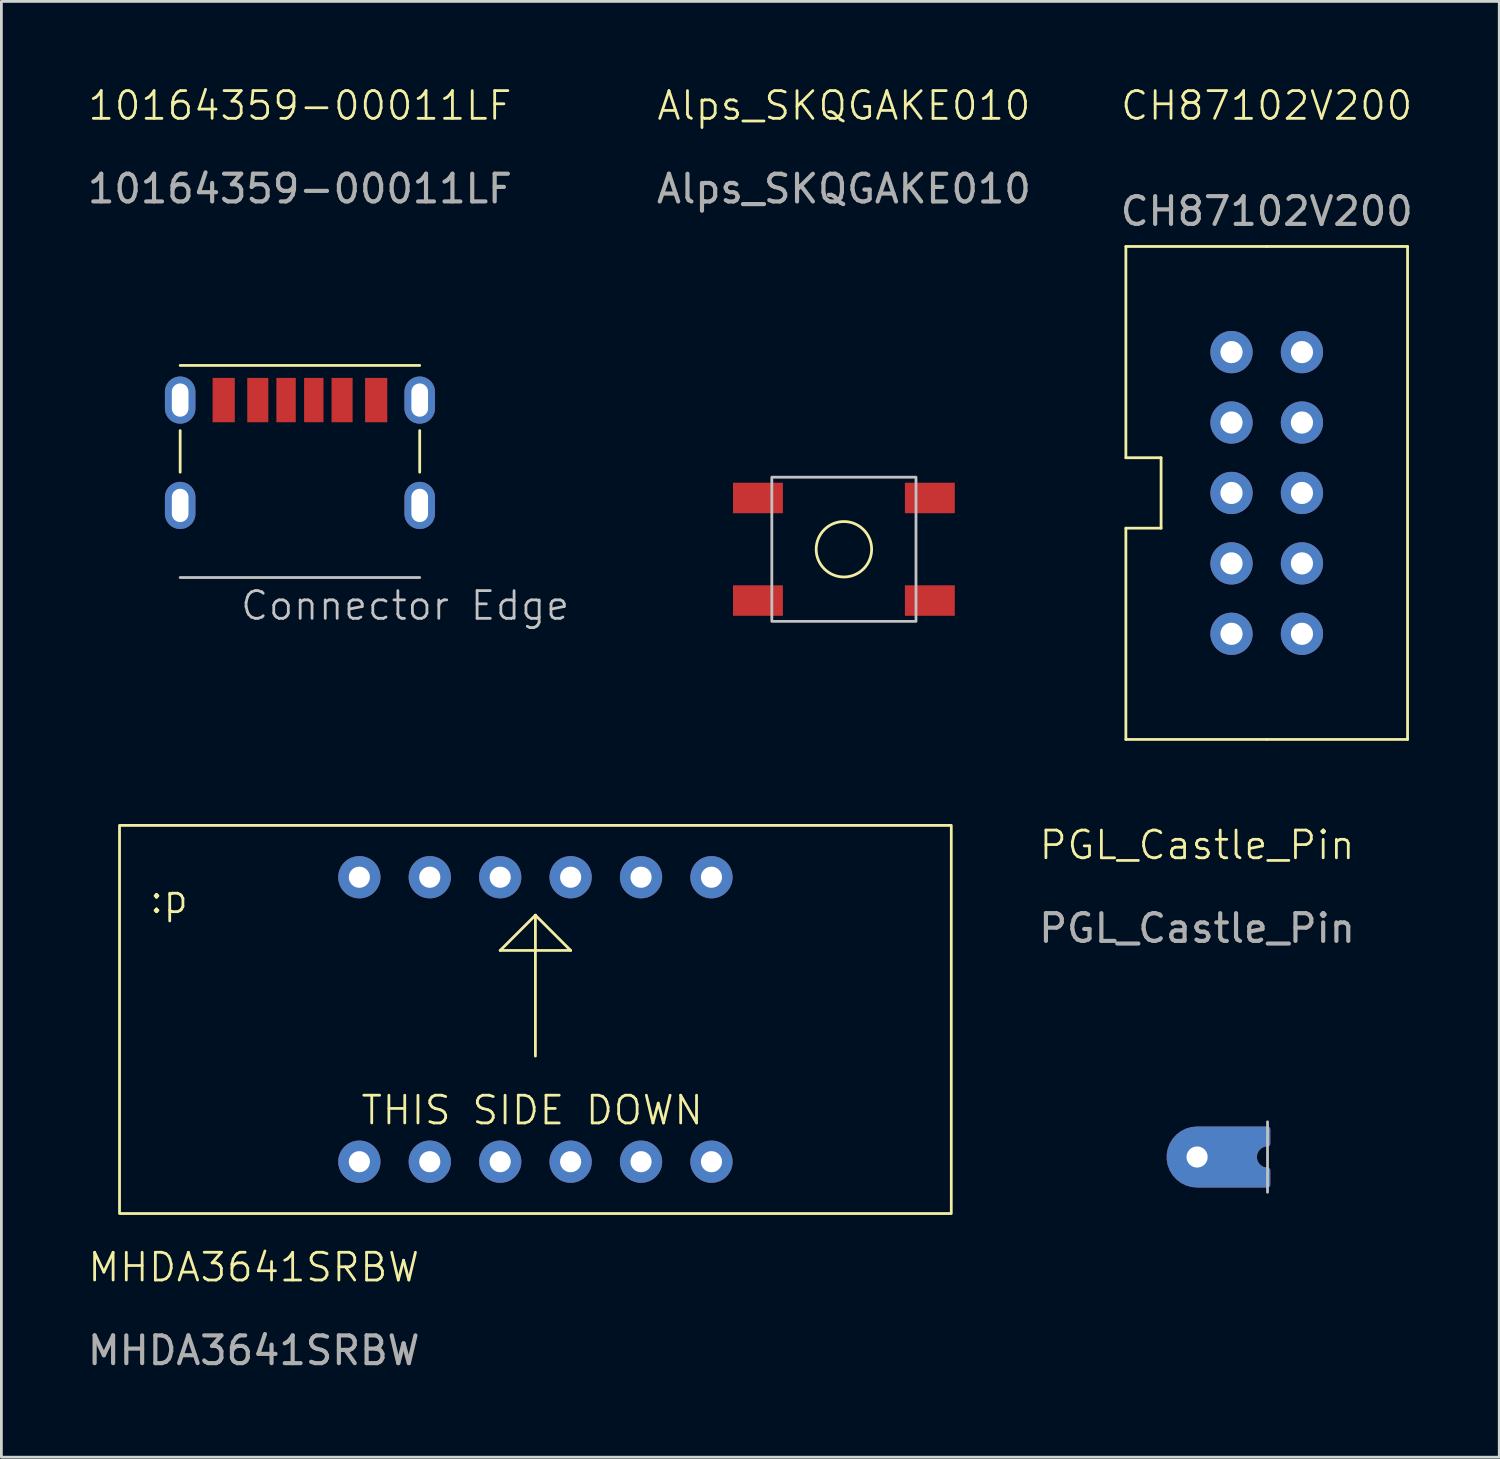
<source format=kicad_pcb>
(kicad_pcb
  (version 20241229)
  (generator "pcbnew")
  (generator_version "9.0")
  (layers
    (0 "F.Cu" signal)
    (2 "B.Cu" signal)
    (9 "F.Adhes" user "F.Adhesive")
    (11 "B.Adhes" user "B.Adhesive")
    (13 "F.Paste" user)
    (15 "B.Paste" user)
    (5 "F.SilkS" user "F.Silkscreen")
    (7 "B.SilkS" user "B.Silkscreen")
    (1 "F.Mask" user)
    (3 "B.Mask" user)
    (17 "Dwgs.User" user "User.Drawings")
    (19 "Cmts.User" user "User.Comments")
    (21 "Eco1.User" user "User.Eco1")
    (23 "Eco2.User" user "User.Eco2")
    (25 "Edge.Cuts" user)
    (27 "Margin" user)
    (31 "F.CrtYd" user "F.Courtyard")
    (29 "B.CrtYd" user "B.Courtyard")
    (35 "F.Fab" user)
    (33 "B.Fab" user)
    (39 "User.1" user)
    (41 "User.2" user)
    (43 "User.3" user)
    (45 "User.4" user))
  (footprint "PGL_Castle_Pin"
    (layer "F.Cu")
    (at 40.127 38.681)
    (property "Reference" "PGL_Castle_Pin" (at 0 -11.25 0) (unlocked yes) (layer "F.SilkS") (effects (font (size 1 1) (thickness 0.1))))
    (fp_line (start 2.54 -1.27) (end 2.54 1.27) (stroke (width 0.1) (type default)) (layer "Dwgs.User"))
    (fp_text user "${REFERENCE}" (at 0 -8.25 0) (unlocked yes) (layer "F.Fab") (effects (font (size 1 1) (thickness 0.15))))
    (pad "1" thru_hole custom (at 0 0) (size 1.524 1.524) (drill 0.762) (property pad_prop_castellated) (layers "*.Cu" "*.Mask") (options (anchor rect)) (primitives (gr_arc (start 0 1) (mid -1 0) (end 0 -1) (width 0.2)) (gr_line (start 0 1) (end 2.54 1) (width 0.2)) (gr_line (start 0 -1) (end 2.54 -1) (width 0.2)) (gr_arc (start 2.54 0.481) (mid 2.059 0) (end 2.54 -0.481) (width 0.2)) (gr_line (start 2.54 0.481) (end 2.54 1) (width 0.2)) (gr_line (start 2.54 -0.481) (end 2.54 -1) (width 0.2)) (gr_line (start 1.27 0) (end 1.27 0) (width 1.75)) (gr_line (start -0.5 0.8) (end 2.5 0.8) (width 0.25)) (gr_line (start -0.5 -0.8) (end 2.5 -0.8) (width 0.25)) (gr_line (start -0.8 0.5) (end -0.8 -0.5) (width 0.2)) (gr_line (start 2.05 0.55) (end 2.05 0.55) (width 0.52)) (gr_line (start 2.05 -0.55) (end 2.05 -0.55) (width 0.52)) (gr_line (start 2.21 -0.57) (end 2.21 -0.57) (width 0.5)) (gr_line (start 2.21 0.57) (end 2.21 0.57) (width 0.5)))))
  (footprint "Alps_SKQGAKE010"
    (layer "F.Cu")
    (at 27.388 16.761)
    (property "Reference" "Alps_SKQGAKE010" (at 0 -16 0) (unlocked yes) (layer "F.SilkS") (effects (font (size 1 1) (thickness 0.1))))
    (attr smd)
    (fp_circle (center 0 0) (end 0 -1) (stroke (width 0.1) (type default)) (fill no) (layer "F.SilkS"))
    (fp_rect (start -2.6 -2.6) (end 2.6 2.6) (stroke (width 0.1) (type default)) (fill no) (layer "Dwgs.User"))
    (fp_text user "${REFERENCE}" (at 0 -13 0) (unlocked yes) (layer "F.Fab") (effects (font (size 1 1) (thickness 0.15))))
    (pad "1" smd rect (at -3.1 -1.85) (size 1.8 1.1) (layers "F.Cu" "F.Mask" "F.Paste"))
    (pad "1" smd rect (at 3.1 -1.85) (size 1.8 1.1) (layers "F.Cu" "F.Mask" "F.Paste"))
    (pad "2" smd rect (at -3.1 1.85) (size 1.8 1.1) (layers "F.Cu" "F.Mask" "F.Paste"))
    (pad "2" smd rect (at 3.1 1.85) (size 1.8 1.1) (layers "F.Cu" "F.Mask" "F.Paste")))
  (footprint "MHDA3641SRBW"
    (layer "F.Cu")
    (at 9.911 38.85)
    (property "Reference" "MHDA3641SRBW" (at -3.81 3.81 0) (unlocked yes) (layer "F.SilkS") (effects (font (size 1 1) (thickness 0.1))))
    (attr through_hole)
    (fp_line (start 5.08 -7.62) (end 6.35 -8.89) (stroke (width 0.1) (type default)) (layer "F.SilkS"))
    (fp_line (start 6.35 -8.89) (end 7.62 -7.62) (stroke (width 0.1) (type default)) (layer "F.SilkS"))
    (fp_line (start 6.35 -3.81) (end 6.35 -8.89) (stroke (width 0.1) (type default)) (layer "F.SilkS"))
    (fp_line (start 7.62 -7.62) (end 5.08 -7.62) (stroke (width 0.1) (type default)) (layer "F.SilkS"))
    (fp_rect (start -8.65 1.87) (end 21.35 -12.13) (stroke (width 0.1) (type default)) (fill no) (layer "F.SilkS"))
    (fp_text user ":p" (at -7.62 -8.89 0) (unlocked yes) (layer "F.SilkS") (effects (font (size 1 1) (thickness 0.1)) (justify left bottom)))
    (fp_text user "THIS SIDE DOWN" (at 0 -1.27 0) (unlocked yes) (layer "F.SilkS") (effects (font (size 1 1) (thickness 0.1)) (justify left bottom)))
    (fp_text user "${REFERENCE}" (at -3.81 6.81 0) (unlocked yes) (layer "F.Fab") (effects (font (size 1 1) (thickness 0.15))))
    (pad "1" thru_hole circle (at 0 0) (size 1.524 1.524) (drill 0.762) (layers "*.Cu" "*.Mask"))
    (pad "2" thru_hole circle (at 2.54 0) (size 1.524 1.524) (drill 0.762) (layers "*.Cu" "*.Mask"))
    (pad "3" thru_hole circle (at 5.08 0) (size 1.524 1.524) (drill 0.762) (layers "*.Cu" "*.Mask"))
    (pad "4" thru_hole circle (at 7.62 0) (size 1.524 1.524) (drill 0.762) (layers "*.Cu" "*.Mask"))
    (pad "5" thru_hole circle (at 10.16 0) (size 1.524 1.524) (drill 0.762) (layers "*.Cu" "*.Mask"))
    (pad "6" thru_hole circle (at 12.7 0) (size 1.524 1.524) (drill 0.762) (layers "*.Cu" "*.Mask"))
    (pad "7" thru_hole circle (at 12.7 -10.26) (size 1.524 1.524) (drill 0.762) (layers "*.Cu" "*.Mask"))
    (pad "8" thru_hole circle (at 10.16 -10.26) (size 1.524 1.524) (drill 0.762) (layers "*.Cu" "*.Mask"))
    (pad "9" thru_hole circle (at 7.62 -10.26) (size 1.524 1.524) (drill 0.762) (layers "*.Cu" "*.Mask"))
    (pad "10" thru_hole circle (at 5.08 -10.26) (size 1.524 1.524) (drill 0.762) (layers "*.Cu" "*.Mask"))
    (pad "11" thru_hole circle (at 2.54 -10.26) (size 1.524 1.524) (drill 0.762) (layers "*.Cu" "*.Mask"))
    (pad "12" thru_hole circle (at 0 -10.26) (size 1.524 1.524) (drill 0.762) (layers "*.Cu" "*.Mask")))
  (footprint "10164359-00011LF"
    (layer "F.Cu")
    (at 7.768 11.38)
    (property "Reference" "10164359-00011LF" (at 0 -10.62 0) (unlocked yes) (layer "F.SilkS") (effects (font (size 1 1) (thickness 0.1))))
    (attr smd)
    (fp_line (start -4.32 -1.25) (end 4.32 -1.25) (stroke (width 0.1) (type default)) (layer "F.SilkS"))
    (fp_line (start -4.32 1.1) (end -4.32 2.6) (stroke (width 0.1) (type default)) (layer "F.SilkS"))
    (fp_line (start 4.32 1.1) (end 4.32 2.6) (stroke (width 0.1) (type default)) (layer "F.SilkS"))
    (fp_line (start -4.32 6.4) (end 4.32 6.4) (stroke (width 0.1) (type default)) (layer "Dwgs.User"))
    (fp_text user "Connector Edge" (at -2.2 8 0) (unlocked yes) (layer "Dwgs.User") (effects (font (size 1 1) (thickness 0.1)) (justify left bottom)))
    (fp_text user "${REFERENCE}" (at 0 -7.62 0) (unlocked yes) (layer "F.Fab") (effects (font (size 1 1) (thickness 0.15))))
    (pad "A5" smd rect (at -0.5 0) (size 0.7 1.6) (layers "F.Cu" "F.Mask" "F.Paste"))
    (pad "A9" smd rect (at 1.52 0) (size 0.76 1.6) (layers "F.Cu" "F.Mask" "F.Paste"))
    (pad "A10" smd rect (at -1.52 0) (size 0.76 1.6) (layers "F.Cu" "F.Mask" "F.Paste"))
    (pad "A12" smd rect (at 2.75 0) (size 0.8 1.6) (layers "F.Cu" "F.Mask" "F.Paste"))
    (pad "B5" smd rect (at 0.5 0) (size 0.7 1.6) (layers "F.Cu" "F.Mask" "F.Paste"))
    (pad "B12" smd rect (at -2.75 0) (size 0.8 1.6) (layers "F.Cu" "F.Mask" "F.Paste"))
    (pad "S1" thru_hole oval (at -4.32 0) (size 1.1 1.7) (drill oval 0.6 1.2) (layers "*.Cu" "*.Mask"))
    (pad "S1" thru_hole oval (at -4.32 3.8) (size 1.1 1.7) (drill oval 0.6 1.2) (layers "*.Cu" "*.Mask"))
    (pad "S1" thru_hole oval (at 4.32 0) (size 1.1 1.7) (drill oval 0.6 1.2) (layers "*.Cu" "*.Mask"))
    (pad "S1" thru_hole oval (at 4.32 3.8) (size 1.1 1.7) (drill oval 0.6 1.2) (layers "*.Cu" "*.Mask")))
  (footprint "CH87102V200"
    (layer "F.Cu")
    (at 42.638 9.65)
    (property "Reference" "CH87102V200" (at 0 -8.89 0) (unlocked yes) (layer "F.SilkS") (effects (font (size 1 1) (thickness 0.1))))
    (attr through_hole)
    (fp_line (start -5.08 -3.81) (end -5.08 3.81) (stroke (width 0.1) (type default)) (layer "F.SilkS"))
    (fp_line (start -5.08 3.81) (end -3.81 3.81) (stroke (width 0.1) (type default)) (layer "F.SilkS"))
    (fp_line (start -5.08 13.97) (end -5.08 6.35) (stroke (width 0.1) (type default)) (layer "F.SilkS"))
    (fp_line (start -3.81 3.81) (end -3.81 6.35) (stroke (width 0.1) (type default)) (layer "F.SilkS"))
    (fp_line (start -3.81 6.35) (end -5.08 6.35) (stroke (width 0.1) (type default)) (layer "F.SilkS"))
    (fp_line (start 0 -3.81) (end -5.08 -3.81) (stroke (width 0.1) (type default)) (layer "F.SilkS"))
    (fp_line (start 0 -3.81) (end 5.08 -3.81) (stroke (width 0.1) (type default)) (layer "F.SilkS"))
    (fp_line (start 0 13.97) (end -5.08 13.97) (stroke (width 0.1) (type default)) (layer "F.SilkS"))
    (fp_line (start 5.08 -3.81) (end 5.08 13.97) (stroke (width 0.1) (type default)) (layer "F.SilkS"))
    (fp_line (start 5.08 13.97) (end 0 13.97) (stroke (width 0.1) (type default)) (layer "F.SilkS"))
    (fp_text user "${REFERENCE}" (at 0 -5.08 0) (unlocked yes) (layer "F.Fab") (effects (font (size 1 1) (thickness 0.15))))
    (pad "1" thru_hole circle (at -1.27 0) (size 1.524 1.524) (drill 0.8) (layers "*.Cu" "*.Mask"))
    (pad "2" thru_hole circle (at 1.27 0) (size 1.524 1.524) (drill 0.8) (layers "*.Cu" "*.Mask"))
    (pad "3" thru_hole circle (at -1.27 2.54) (size 1.524 1.524) (drill 0.8) (layers "*.Cu" "*.Mask"))
    (pad "4" thru_hole circle (at 1.27 2.54) (size 1.524 1.524) (drill 0.8) (layers "*.Cu" "*.Mask"))
    (pad "5" thru_hole circle (at -1.27 5.08) (size 1.524 1.524) (drill 0.8) (layers "*.Cu" "*.Mask"))
    (pad "6" thru_hole circle (at 1.27 5.08) (size 1.524 1.524) (drill 0.8) (layers "*.Cu" "*.Mask"))
    (pad "7" thru_hole circle (at -1.27 7.62) (size 1.524 1.524) (drill 0.8) (layers "*.Cu" "*.Mask"))
    (pad "8" thru_hole circle (at 1.27 7.62) (size 1.524 1.524) (drill 0.8) (layers "*.Cu" "*.Mask"))
    (pad "9" thru_hole circle (at -1.27 10.16) (size 1.524 1.524) (drill 0.8) (layers "*.Cu" "*.Mask"))
    (pad "10" thru_hole circle (at 1.27 10.16) (size 1.524 1.524) (drill 0.8) (layers "*.Cu" "*.Mask")))
  (gr_rect
    (start -3 -3)
    (end 51.025 49.509)
    (stroke (width 0.1) (type default))
    (fill no)
    (layer "Edge.Cuts")))
</source>
